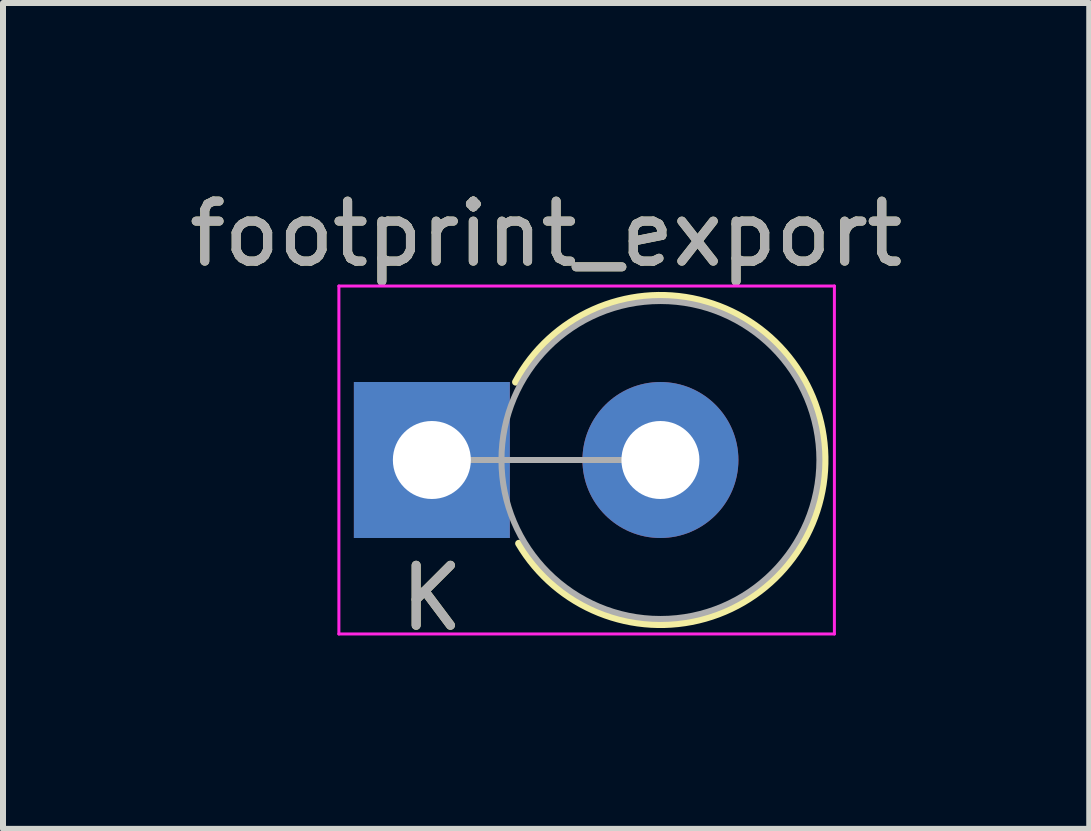
<source format=kicad_pcb>
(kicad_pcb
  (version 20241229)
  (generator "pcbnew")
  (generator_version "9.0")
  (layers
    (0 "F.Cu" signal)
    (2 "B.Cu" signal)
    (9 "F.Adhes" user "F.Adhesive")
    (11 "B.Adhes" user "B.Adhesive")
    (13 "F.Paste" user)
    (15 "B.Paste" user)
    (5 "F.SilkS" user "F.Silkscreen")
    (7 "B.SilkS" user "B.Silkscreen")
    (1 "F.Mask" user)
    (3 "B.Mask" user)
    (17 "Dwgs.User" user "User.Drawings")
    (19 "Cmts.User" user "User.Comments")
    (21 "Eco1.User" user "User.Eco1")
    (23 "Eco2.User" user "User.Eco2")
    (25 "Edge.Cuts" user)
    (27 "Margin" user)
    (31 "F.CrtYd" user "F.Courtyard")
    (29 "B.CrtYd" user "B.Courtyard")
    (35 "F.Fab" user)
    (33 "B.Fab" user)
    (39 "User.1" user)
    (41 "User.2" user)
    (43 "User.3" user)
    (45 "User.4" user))
  (footprint "footprint_export"
    (layer "F.Cu")
    (at 4.149 4.618)
    (property "Reference" "footprint_export" (at 1.905 -3.77 0) (layer "F.SilkS") (effects (font (size 1 1) (thickness 0.15))))
    (attr through_hole)
    (fp_arc (start 1.396849 -1.3) (mid 6.55054 -0.052312) (end 1.448218 1.391144) (stroke (width 0.12) (type solid)) (layer "F.SilkS"))
    (fp_line (start -1.55 -2.9) (end -1.55 2.9) (stroke (width 0.05) (type solid)) (layer "F.CrtYd"))
    (fp_line (start -1.55 2.9) (end 6.71 2.9) (stroke (width 0.05) (type solid)) (layer "F.CrtYd"))
    (fp_line (start 6.71 -2.9) (end -1.55 -2.9) (stroke (width 0.05) (type solid)) (layer "F.CrtYd"))
    (fp_line (start 6.71 2.9) (end 6.71 -2.9) (stroke (width 0.05) (type solid)) (layer "F.CrtYd"))
    (fp_line (start 0 0) (end 3.81 0) (stroke (width 0.1) (type solid)) (layer "F.Fab"))
    (fp_circle (center 3.81 0) (end 6.46 0) (stroke (width 0.1) (type solid)) (fill no) (layer "F.Fab"))
    (fp_text user "K" (at 0 2.3 0) (layer "F.SilkS") (effects (font (size 1 1) (thickness 0.15))))
    (fp_text user "K" (at 0 2.3 0) (layer "F.Fab") (effects (font (size 1 1) (thickness 0.15))))
    (fp_text user "${REFERENCE}" (at 1.905 -3.77 0) (layer "F.Fab") (effects (font (size 1 1) (thickness 0.15))))
    (pad "1" thru_hole rect (at 0 0) (size 2.6 2.6) (drill 1.3) (layers "*.Cu" "*.Mask"))
    (pad "2" thru_hole oval (at 3.81 0) (size 2.6 2.6) (drill 1.3) (layers "*.Cu" "*.Mask")))
  (gr_rect
    (start -3 -3)
    (end 15.107 10.767)
    (stroke (width 0.1) (type default))
    (fill no)
    (layer "Edge.Cuts")))
</source>
